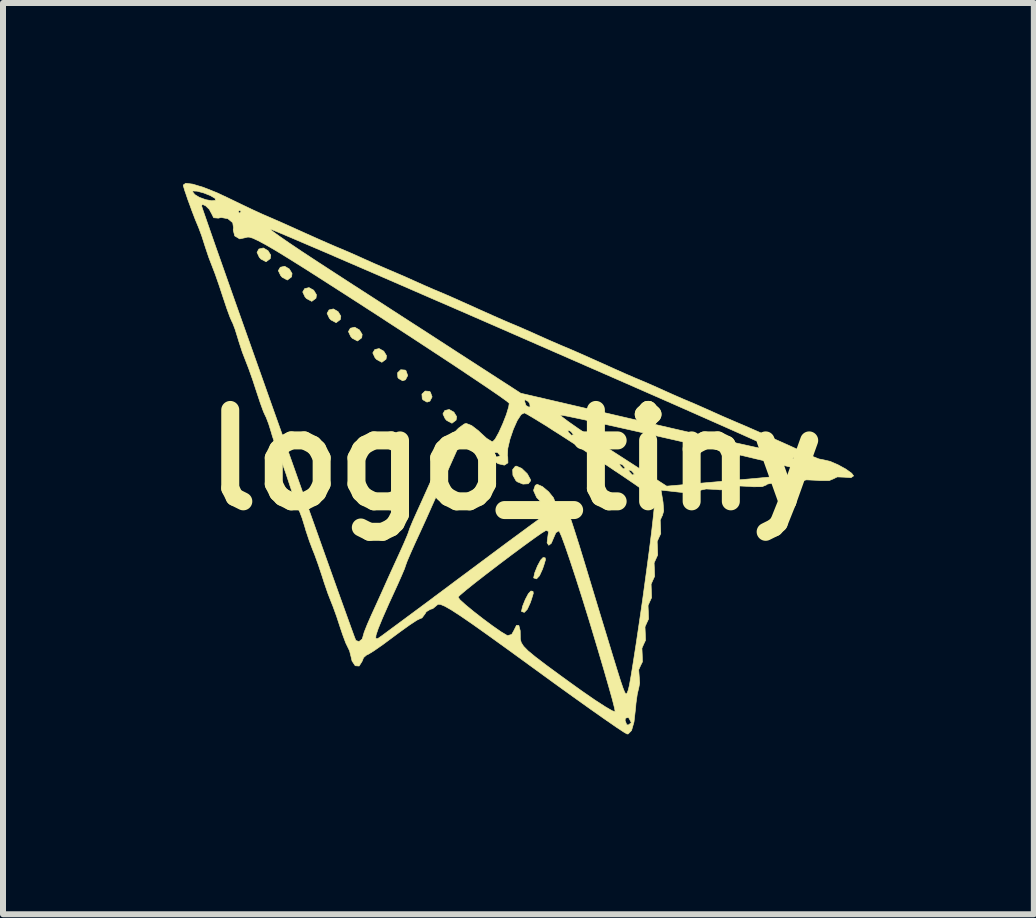
<source format=kicad_pcb>
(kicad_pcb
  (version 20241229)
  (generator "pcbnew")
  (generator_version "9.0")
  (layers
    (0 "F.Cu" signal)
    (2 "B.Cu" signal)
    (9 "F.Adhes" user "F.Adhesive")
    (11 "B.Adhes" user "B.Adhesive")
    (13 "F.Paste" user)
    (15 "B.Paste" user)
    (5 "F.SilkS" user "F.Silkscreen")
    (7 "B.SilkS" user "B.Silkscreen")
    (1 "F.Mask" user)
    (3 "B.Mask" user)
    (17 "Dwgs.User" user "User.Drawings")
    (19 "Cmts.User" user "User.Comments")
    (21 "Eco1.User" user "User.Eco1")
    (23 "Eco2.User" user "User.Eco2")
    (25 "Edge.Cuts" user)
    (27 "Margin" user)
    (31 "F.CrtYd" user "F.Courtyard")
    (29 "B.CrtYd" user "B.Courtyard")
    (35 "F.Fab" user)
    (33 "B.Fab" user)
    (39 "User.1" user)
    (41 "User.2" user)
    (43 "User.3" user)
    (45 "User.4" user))
  (footprint "logo_tiny"
    (layer "F.Cu")
    (at 5.542 4.619)
    (property "Reference" "logo_tiny" (at 0 0 0) (layer "F.SilkS") (effects (font (size 1.524 1.524) (thickness 0.3))))
    (attr through_hole)
    (fp_poly (pts (xy -4.124 -3.49) (xy -4.078 -3.415) (xy -4.086 -3.358) (xy -4.156 -3.305) (xy -4.243 -3.351) (xy -4.269 -3.38) (xy -4.307 -3.462) (xy -4.275 -3.518) (xy -4.202 -3.535) (xy -4.124 -3.49)) (stroke (width 0.01) (type solid)) (fill yes) (layer "F.SilkS"))
    (fp_poly (pts (xy -3.769 -3.185) (xy -3.723 -3.11) (xy -3.731 -3.053) (xy -3.801 -3) (xy -3.887 -3.046) (xy -3.913 -3.076) (xy -3.952 -3.157) (xy -3.919 -3.213) (xy -3.846 -3.23) (xy -3.769 -3.185)) (stroke (width 0.01) (type solid)) (fill yes) (layer "F.SilkS"))
    (fp_poly (pts (xy -3.362 -2.83) (xy -3.316 -2.755) (xy -3.324 -2.697) (xy -3.394 -2.645) (xy -3.481 -2.691) (xy -3.507 -2.72) (xy -3.545 -2.801) (xy -3.513 -2.857) (xy -3.44 -2.874) (xy -3.362 -2.83)) (stroke (width 0.01) (type solid)) (fill yes) (layer "F.SilkS"))
    (fp_poly (pts (xy -2.956 -2.474) (xy -2.91 -2.399) (xy -2.918 -2.342) (xy -2.988 -2.289) (xy -3.074 -2.335) (xy -3.101 -2.364) (xy -3.139 -2.446) (xy -3.106 -2.502) (xy -3.034 -2.519) (xy -2.956 -2.474)) (stroke (width 0.01) (type solid)) (fill yes) (layer "F.SilkS"))
    (fp_poly (pts (xy -2.6 -2.169) (xy -2.554 -2.094) (xy -2.562 -2.037) (xy -2.632 -1.984) (xy -2.719 -2.03) (xy -2.745 -2.06) (xy -2.783 -2.141) (xy -2.751 -2.197) (xy -2.678 -2.214) (xy -2.6 -2.169)) (stroke (width 0.01) (type solid)) (fill yes) (layer "F.SilkS"))
    (fp_poly (pts (xy -2.194 -1.814) (xy -2.148 -1.739) (xy -2.156 -1.681) (xy -2.226 -1.629) (xy -2.312 -1.675) (xy -2.339 -1.704) (xy -2.377 -1.785) (xy -2.344 -1.841) (xy -2.272 -1.858) (xy -2.194 -1.814)) (stroke (width 0.01) (type solid)) (fill yes) (layer "F.SilkS"))
    (fp_poly (pts (xy -1.837 -1.499) (xy -1.823 -1.488) (xy -1.795 -1.408) (xy -1.832 -1.337) (xy -1.88 -1.321) (xy -1.945 -1.358) (xy -1.959 -1.376) (xy -1.964 -1.454) (xy -1.911 -1.505) (xy -1.837 -1.499)) (stroke (width 0.01) (type solid)) (fill yes) (layer "F.SilkS"))
    (fp_poly (pts (xy -1.431 -1.144) (xy -1.417 -1.132) (xy -1.388 -1.052) (xy -1.425 -0.981) (xy -1.473 -0.965) (xy -1.538 -1.002) (xy -1.552 -1.02) (xy -1.558 -1.098) (xy -1.504 -1.15) (xy -1.431 -1.144)) (stroke (width 0.01) (type solid)) (fill yes) (layer "F.SilkS"))
    (fp_poly (pts (xy -1.025 -0.798) (xy -0.979 -0.723) (xy -0.988 -0.665) (xy -1.057 -0.613) (xy -1.144 -0.659) (xy -1.17 -0.688) (xy -1.208 -0.769) (xy -1.176 -0.825) (xy -1.103 -0.842) (xy -1.025 -0.798)) (stroke (width 0.01) (type solid)) (fill yes) (layer "F.SilkS"))
    (fp_poly (pts (xy 0.107 0.141) (xy 0.199 0.23) (xy 0.252 0.327) (xy 0.254 0.347) (xy 0.215 0.396) (xy 0.127 0.402) (xy 0.033 0.364) (xy 0.01 0.345) (xy -0.041 0.254) (xy -0.045 0.16) (xy -0.001 0.105) (xy 0.018 0.102) (xy 0.107 0.141)) (stroke (width 0.01) (type solid)) (fill yes) (layer "F.SilkS"))
    (fp_poly (pts (xy 0.294 2.19) (xy 0.299 2.223) (xy 0.272 2.313) (xy 0.249 2.38) (xy 0.199 2.489) (xy 0.151 2.539) (xy 0.147 2.54) (xy 0.102 2.525) (xy 0.102 2.522) (xy 0.121 2.437) (xy 0.166 2.325) (xy 0.218 2.227) (xy 0.259 2.184) (xy 0.259 2.184) (xy 0.294 2.19)) (stroke (width 0.01) (type solid)) (fill yes) (layer "F.SilkS"))
    (fp_poly (pts (xy 0.497 1.631) (xy 0.502 1.664) (xy 0.475 1.754) (xy 0.452 1.821) (xy 0.402 1.93) (xy 0.354 1.981) (xy 0.351 1.981) (xy 0.305 1.966) (xy 0.305 1.963) (xy 0.324 1.878) (xy 0.369 1.766) (xy 0.422 1.668) (xy 0.462 1.626) (xy 0.462 1.626) (xy 0.497 1.631)) (stroke (width 0.01) (type solid)) (fill yes) (layer "F.SilkS"))
    (fp_poly (pts (xy -5.378 -4.599) (xy -5.2 -4.545) (xy -4.976 -4.456) (xy -4.786 -4.367) (xy -4.575 -4.265) (xy -4.382 -4.173) (xy -4.236 -4.106) (xy -4.191 -4.086) (xy -4.052 -4.026) (xy -3.876 -3.949) (xy -3.798 -3.914) (xy -3.494 -3.777) (xy -3.266 -3.675) (xy -3.097 -3.601) (xy -2.972 -3.547) (xy -2.921 -3.526) (xy -2.784 -3.468) (xy -2.608 -3.39) (xy -2.515 -3.348) (xy -2.338 -3.269) (xy -2.173 -3.198) (xy -2.108 -3.17) (xy -1.972 -3.112) (xy -1.795 -3.035) (xy -1.702 -2.993) (xy -1.525 -2.914) (xy -1.361 -2.842) (xy -1.295 -2.815) (xy -1.156 -2.756) (xy -0.98 -2.679) (xy -0.903 -2.644) (xy -0.598 -2.507) (xy -0.37 -2.405) (xy -0.202 -2.331) (xy -0.076 -2.277) (xy -0.025 -2.256) (xy 0.111 -2.198) (xy 0.288 -2.12) (xy 0.381 -2.078) (xy 0.558 -1.999) (xy 0.722 -1.928) (xy 0.787 -1.9) (xy 0.907 -1.85) (xy 1.066 -1.781) (xy 1.279 -1.686) (xy 1.565 -1.558) (xy 1.651 -1.519) (xy 1.828 -1.44) (xy 1.992 -1.369) (xy 2.057 -1.342) (xy 2.194 -1.284) (xy 2.371 -1.206) (xy 2.464 -1.164) (xy 2.64 -1.085) (xy 2.805 -1.013) (xy 2.87 -0.986) (xy 3.007 -0.928) (xy 3.183 -0.85) (xy 3.277 -0.808) (xy 3.453 -0.729) (xy 3.618 -0.658) (xy 3.683 -0.63) (xy 3.822 -0.571) (xy 3.998 -0.494) (xy 4.076 -0.46) (xy 4.278 -0.369) (xy 4.495 -0.272) (xy 4.558 -0.244) (xy 4.728 -0.166) (xy 4.882 -0.094) (xy 4.935 -0.068) (xy 5.06 -0.018) (xy 5.15 0) (xy 5.248 0.023) (xy 5.378 0.079) (xy 5.509 0.151) (xy 5.607 0.221) (xy 5.639 0.265) (xy 5.595 0.295) (xy 5.488 0.287) (xy 5.367 0.282) (xy 5.304 0.313) (xy 5.23 0.344) (xy 5.077 0.344) (xy 5.024 0.339) (xy 4.855 0.331) (xy 4.757 0.352) (xy 4.744 0.364) (xy 4.672 0.394) (xy 4.523 0.395) (xy 4.465 0.39) (xy 4.296 0.382) (xy 4.198 0.403) (xy 4.186 0.415) (xy 4.113 0.445) (xy 3.964 0.446) (xy 3.906 0.441) (xy 3.738 0.433) (xy 3.639 0.454) (xy 3.627 0.466) (xy 3.554 0.496) (xy 3.405 0.497) (xy 3.347 0.491) (xy 3.18 0.483) (xy 3.082 0.504) (xy 3.068 0.516) (xy 2.994 0.545) (xy 2.832 0.545) (xy 2.732 0.536) (xy 2.428 0.502) (xy 2.462 0.703) (xy 2.473 0.85) (xy 2.449 0.932) (xy 2.444 0.937) (xy 2.415 1.004) (xy 2.42 1.113) (xy 2.424 1.228) (xy 2.394 1.291) (xy 2.364 1.36) (xy 2.369 1.469) (xy 2.373 1.583) (xy 2.344 1.647) (xy 2.313 1.716) (xy 2.318 1.825) (xy 2.322 1.939) (xy 2.293 2.002) (xy 2.263 2.071) (xy 2.267 2.18) (xy 2.271 2.295) (xy 2.242 2.358) (xy 2.212 2.427) (xy 2.217 2.536) (xy 2.221 2.65) (xy 2.191 2.714) (xy 2.161 2.782) (xy 2.166 2.891) (xy 2.17 3.006) (xy 2.14 3.069) (xy 2.11 3.138) (xy 2.115 3.247) (xy 2.119 3.364) (xy 2.088 3.426) (xy 2.056 3.497) (xy 2.063 3.584) (xy 2.073 3.717) (xy 2.058 3.797) (xy 2.033 3.9) (xy 2.011 4.056) (xy 2.005 4.13) (xy 1.978 4.367) (xy 1.937 4.51) (xy 1.881 4.567) (xy 1.863 4.568) (xy 1.81 4.538) (xy 1.684 4.455) (xy 1.519 4.34) (xy 1.829 4.34) (xy 1.855 4.41) (xy 1.88 4.42) (xy 1.929 4.383) (xy 1.93 4.372) (xy 1.893 4.303) (xy 1.88 4.293) (xy 1.836 4.304) (xy 1.829 4.34) (xy 1.519 4.34) (xy 1.496 4.325) (xy 1.253 4.154) (xy 0.967 3.95) (xy 0.646 3.719) (xy 0.301 3.468) (xy 0.279 3.452) (xy -0.124 3.159) (xy -0.453 2.922) (xy -0.715 2.736) (xy -0.919 2.596) (xy -1.07 2.498) (xy -1.178 2.437) (xy -1.248 2.408) (xy -1.288 2.405) (xy -1.301 2.415) (xy -1.378 2.479) (xy -1.417 2.489) (xy -1.485 2.53) (xy -1.506 2.565) (xy -1.557 2.633) (xy -1.583 2.642) (xy -1.642 2.671) (xy -1.761 2.749) (xy -1.92 2.863) (xy -2.032 2.946) (xy -2.207 3.076) (xy -2.353 3.178) (xy -2.452 3.239) (xy -2.48 3.251) (xy -2.53 3.294) (xy -2.556 3.358) (xy -2.605 3.435) (xy -2.67 3.43) (xy -2.723 3.351) (xy -2.735 3.298) (xy -2.764 3.182) (xy -2.792 3.124) (xy -2.828 3.05) (xy -2.879 2.913) (xy -2.919 2.794) (xy -2.98 2.608) (xy -3.042 2.437) (xy -3.072 2.362) (xy -3.125 2.226) (xy -3.188 2.043) (xy -3.224 1.93) (xy -3.286 1.744) (xy -3.348 1.573) (xy -3.378 1.499) (xy -3.434 1.351) (xy -3.494 1.171) (xy -3.509 1.118) (xy -3.555 0.97) (xy -3.596 0.862) (xy -3.609 0.838) (xy -3.641 0.767) (xy -3.692 0.628) (xy -3.751 0.449) (xy -3.757 0.432) (xy -3.823 0.231) (xy -3.888 0.048) (xy -3.937 -0.076) (xy -3.993 -0.223) (xy -4.053 -0.404) (xy -4.068 -0.457) (xy -4.114 -0.605) (xy -4.155 -0.712) (xy -4.168 -0.737) (xy -4.2 -0.807) (xy -4.251 -0.947) (xy -4.31 -1.125) (xy -4.316 -1.143) (xy -4.382 -1.344) (xy -4.447 -1.527) (xy -4.495 -1.651) (xy -4.552 -1.798) (xy -4.611 -1.979) (xy -4.627 -2.032) (xy -4.673 -2.18) (xy -4.714 -2.287) (xy -4.727 -2.311) (xy -4.758 -2.382) (xy -4.809 -2.521) (xy -4.869 -2.7) (xy -4.875 -2.718) (xy -4.941 -2.918) (xy -5.005 -3.101) (xy -5.053 -3.226) (xy -5.112 -3.379) (xy -5.171 -3.556) (xy -5.179 -3.581) (xy -5.229 -3.737) (xy -5.277 -3.866) (xy -5.285 -3.886) (xy -5.336 -4.008) (xy -5.397 -4.167) (xy -5.423 -4.24) (xy -5.232 -4.24) (xy -5.216 -4.189) (xy -5.168 -4.051) (xy -5.093 -3.835) (xy -4.994 -3.551) (xy -4.873 -3.208) (xy -4.734 -2.813) (xy -4.58 -2.378) (xy -4.414 -1.91) (xy -4.24 -1.419) (xy -4.061 -0.913) (xy -3.879 -0.402) (xy -3.699 0.105) (xy -3.524 0.6) (xy -3.355 1.072) (xy -3.198 1.514) (xy -3.055 1.915) (xy -2.929 2.268) (xy -2.823 2.562) (xy -2.741 2.79) (xy -2.686 2.941) (xy -2.66 3.007) (xy -2.659 3.009) (xy -2.607 3.027) (xy -2.553 2.985) (xy -2.549 2.972) (xy -2.328 2.972) (xy -2.306 2.981) (xy -2.28 2.968) (xy -2.223 2.928) (xy -2.096 2.834) (xy -1.909 2.696) (xy -1.673 2.521) (xy -1.399 2.318) (xy -1.357 2.286) (xy -0.955 2.286) (xy -0.924 2.33) (xy -0.829 2.416) (xy -0.693 2.528) (xy -0.535 2.651) (xy -0.377 2.768) (xy -0.239 2.864) (xy -0.142 2.922) (xy -0.128 2.928) (xy -0.061 2.908) (xy -0.027 2.848) (xy 0.019 2.756) (xy 0.058 2.758) (xy 0.081 2.847) (xy 0.082 2.922) (xy 0.083 2.986) (xy 0.098 3.044) (xy 0.137 3.105) (xy 0.211 3.181) (xy 0.332 3.281) (xy 0.509 3.416) (xy 0.754 3.596) (xy 0.864 3.676) (xy 1.108 3.851) (xy 1.322 3.999) (xy 1.495 4.111) (xy 1.613 4.18) (xy 1.663 4.197) (xy 1.664 4.196) (xy 1.653 4.135) (xy 1.616 3.989) (xy 1.555 3.772) (xy 1.475 3.494) (xy 1.379 3.169) (xy 1.271 2.809) (xy 1.229 2.67) (xy 1.115 2.302) (xy 1.008 1.966) (xy 0.912 1.675) (xy 0.832 1.441) (xy 0.771 1.275) (xy 0.733 1.19) (xy 0.726 1.182) (xy 0.676 1.211) (xy 0.64 1.293) (xy 0.599 1.389) (xy 0.557 1.422) (xy 0.529 1.38) (xy 0.54 1.287) (xy 0.553 1.193) (xy 0.52 1.174) (xy 0.502 1.179) (xy 0.436 1.219) (xy 0.309 1.308) (xy 0.137 1.433) (xy -0.063 1.581) (xy -0.276 1.742) (xy -0.484 1.901) (xy -0.673 2.048) (xy -0.825 2.17) (xy -0.924 2.254) (xy -0.955 2.286) (xy -1.357 2.286) (xy -1.098 2.093) (xy -1.017 2.032) (xy -0.701 1.797) (xy -0.402 1.574) (xy -0.132 1.373) (xy 0.098 1.204) (xy 0.273 1.075) (xy 0.382 0.996) (xy 0.393 0.989) (xy 0.522 0.889) (xy 0.711 0.889) (xy 0.737 0.914) (xy 0.762 0.889) (xy 0.737 0.864) (xy 0.711 0.889) (xy 0.522 0.889) (xy 0.545 0.871) (xy 0.605 0.796) (xy 0.573 0.763) (xy 0.55 0.762) (xy 0.45 0.721) (xy 0.355 0.625) (xy 0.306 0.516) (xy 0.305 0.5) (xy 0.332 0.422) (xy 0.365 0.406) (xy 0.451 0.443) (xy 0.554 0.529) (xy 0.635 0.629) (xy 0.66 0.695) (xy 0.703 0.75) (xy 0.758 0.762) (xy 0.786 0.761) (xy 0.809 0.766) (xy 0.833 0.785) (xy 0.859 0.827) (xy 0.892 0.902) (xy 0.935 1.02) (xy 0.99 1.189) (xy 1.063 1.419) (xy 1.155 1.719) (xy 1.27 2.099) (xy 1.396 2.515) (xy 1.522 2.928) (xy 1.621 3.254) (xy 1.697 3.501) (xy 1.753 3.68) (xy 1.794 3.8) (xy 1.822 3.87) (xy 1.841 3.899) (xy 1.855 3.898) (xy 1.867 3.875) (xy 1.88 3.841) (xy 1.882 3.835) (xy 1.9 3.761) (xy 1.929 3.599) (xy 1.967 3.363) (xy 2.013 3.067) (xy 2.064 2.724) (xy 2.119 2.347) (xy 2.136 2.223) (xy 2.188 1.841) (xy 2.235 1.49) (xy 2.273 1.183) (xy 2.301 0.934) (xy 2.319 0.755) (xy 2.324 0.659) (xy 2.323 0.648) (xy 2.277 0.607) (xy 2.159 0.521) (xy 1.983 0.398) (xy 1.764 0.249) (xy 1.641 0.167) (xy 1.888 0.167) (xy 1.9 0.195) (xy 1.951 0.25) (xy 1.981 0.239) (xy 1.981 0.232) (xy 1.945 0.189) (xy 1.923 0.173) (xy 1.888 0.167) (xy 1.641 0.167) (xy 1.516 0.083) (xy 1.489 0.065) (xy 1.735 0.065) (xy 1.748 0.094) (xy 1.799 0.148) (xy 1.828 0.137) (xy 1.829 0.13) (xy 1.793 0.087) (xy 1.77 0.071) (xy 1.735 0.065) (xy 1.489 0.065) (xy 1.253 -0.091) (xy 0.988 -0.265) (xy 0.792 -0.392) (xy 1.024 -0.392) (xy 1.037 -0.363) (xy 1.088 -0.309) (xy 1.117 -0.32) (xy 1.118 -0.327) (xy 1.082 -0.37) (xy 1.059 -0.386) (xy 1.024 -0.392) (xy 0.792 -0.392) (xy 0.736 -0.428) (xy 0.633 -0.493) (xy 0.872 -0.493) (xy 0.884 -0.465) (xy 0.935 -0.411) (xy 0.965 -0.422) (xy 0.965 -0.429) (xy 0.929 -0.472) (xy 0.907 -0.487) (xy 0.872 -0.493) (xy 0.633 -0.493) (xy 0.512 -0.571) (xy 0.328 -0.684) (xy 0.218 -0.75) (xy 0.75 -0.75) (xy 0.778 -0.719) (xy 0.879 -0.643) (xy 1.043 -0.528) (xy 1.258 -0.383) (xy 1.511 -0.216) (xy 1.614 -0.15) (xy 2.523 0.436) (xy 3.662 0.337) (xy 3.991 0.308) (xy 4.284 0.28) (xy 4.528 0.256) (xy 4.707 0.237) (xy 4.806 0.224) (xy 4.822 0.221) (xy 4.821 0.182) (xy 4.767 0.164) (xy 4.626 0.128) (xy 4.412 0.075) (xy 4.137 0.01) (xy 3.989 -0.025) (xy 4.623 -0.025) (xy 4.648 0) (xy 4.674 -0.025) (xy 4.648 -0.051) (xy 4.623 -0.025) (xy 3.989 -0.025) (xy 3.814 -0.067) (xy 3.456 -0.15) (xy 3.076 -0.238) (xy 2.686 -0.327) (xy 2.299 -0.415) (xy 1.928 -0.499) (xy 1.587 -0.575) (xy 1.287 -0.641) (xy 1.041 -0.694) (xy 0.863 -0.731) (xy 0.765 -0.749) (xy 0.75 -0.75) (xy 0.218 -0.75) (xy 0.2 -0.76) (xy 0.149 -0.786) (xy 0.096 -0.758) (xy 0.031 -0.658) (xy -0.034 -0.512) (xy -0.09 -0.348) (xy -0.126 -0.194) (xy -0.132 -0.075) (xy -0.127 -0.052) (xy -0.124 0.048) (xy -0.183 0.086) (xy -0.287 0.062) (xy -0.416 -0.027) (xy -0.422 -0.032) (xy -0.503 -0.105) (xy -0.356 -0.105) (xy -0.319 -0.053) (xy -0.305 -0.051) (xy -0.255 -0.068) (xy -0.254 -0.073) (xy -0.29 -0.117) (xy -0.305 -0.127) (xy -0.352 -0.123) (xy -0.356 -0.105) (xy -0.503 -0.105) (xy -0.564 -0.16) (xy -0.702 -0.283) (xy -0.722 -0.3) (xy -0.859 -0.42) (xy -0.993 -0.121) (xy -1.083 0.08) (xy -1.173 0.281) (xy -1.224 0.394) (xy -1.31 0.587) (xy -1.401 0.789) (xy -1.417 0.826) (xy -1.488 0.985) (xy -1.582 1.191) (xy -1.671 1.384) (xy -1.747 1.554) (xy -1.803 1.685) (xy -1.828 1.753) (xy -1.829 1.756) (xy -1.848 1.813) (xy -1.9 1.935) (xy -1.961 2.073) (xy -2.11 2.398) (xy -2.217 2.641) (xy -2.287 2.812) (xy -2.323 2.919) (xy -2.328 2.972) (xy -2.549 2.972) (xy -2.54 2.94) (xy -2.52 2.87) (xy -2.468 2.739) (xy -2.407 2.6) (xy -2.318 2.405) (xy -2.23 2.211) (xy -2.184 2.108) (xy -2.116 1.956) (xy -2.025 1.756) (xy -1.936 1.562) (xy -1.86 1.393) (xy -1.804 1.262) (xy -1.778 1.194) (xy -1.778 1.191) (xy -1.758 1.133) (xy -1.707 1.011) (xy -1.645 0.873) (xy -1.556 0.677) (xy -1.469 0.483) (xy -1.423 0.381) (xy -1.343 0.199) (xy -1.262 0.017) (xy -1.251 -0.008) (xy -1.199 -0.135) (xy -1.17 -0.22) (xy -1.168 -0.231) (xy -1.134 -0.315) (xy -1.05 -0.426) (xy -0.947 -0.531) (xy -0.853 -0.6) (xy -0.82 -0.61) (xy -0.73 -0.575) (xy -0.616 -0.488) (xy -0.584 -0.457) (xy -0.479 -0.361) (xy -0.395 -0.309) (xy -0.378 -0.305) (xy -0.337 -0.348) (xy -0.276 -0.458) (xy -0.21 -0.604) (xy -0.15 -0.757) (xy -0.111 -0.886) (xy -0.102 -0.945) (xy -0.143 -0.981) (xy -0.148 -0.984) (xy 0.152 -0.984) (xy 0.177 -0.909) (xy 0.228 -0.88) (xy 0.246 -0.89) (xy 0.239 -0.942) (xy 0.213 -0.976) (xy 0.161 -1.005) (xy 0.152 -0.984) (xy -0.148 -0.984) (xy -0.262 -1.066) (xy -0.45 -1.195) (xy -0.7 -1.363) (xy -1.002 -1.565) (xy -1.35 -1.794) (xy -1.734 -2.046) (xy -2.148 -2.315) (xy -2.247 -2.38) (xy -2.738 -2.697) (xy -3.151 -2.962) (xy -3.492 -3.18) (xy -3.77 -3.354) (xy -3.99 -3.489) (xy -4.16 -3.588) (xy -4.287 -3.656) (xy -4.377 -3.698) (xy -4.438 -3.716) (xy -4.476 -3.715) (xy -4.486 -3.71) (xy -4.596 -3.686) (xy -4.679 -3.736) (xy -4.704 -3.835) (xy -4.701 -3.851) (xy -4.091 -3.851) (xy -4.056 -3.819) (xy -3.947 -3.74) (xy -3.775 -3.621) (xy -3.552 -3.471) (xy -3.288 -3.298) (xy -3.085 -3.166) (xy -2.72 -2.929) (xy -2.301 -2.659) (xy -1.861 -2.374) (xy -1.431 -2.097) (xy -1.044 -1.846) (xy -0.984 -1.807) (xy 0.09 -1.113) (xy 2.14 -0.637) (xy 2.583 -0.534) (xy 2.997 -0.439) (xy 3.371 -0.354) (xy 3.694 -0.281) (xy 3.955 -0.223) (xy 4.144 -0.182) (xy 4.25 -0.161) (xy 4.267 -0.158) (xy 4.284 -0.176) (xy 4.222 -0.222) (xy 4.216 -0.225) (xy 4.136 -0.264) (xy 3.974 -0.338) (xy 3.738 -0.444) (xy 3.436 -0.578) (xy 3.077 -0.737) (xy 2.668 -0.918) (xy 2.217 -1.116) (xy 1.732 -1.329) (xy 1.222 -1.552) (xy 0.694 -1.783) (xy 0.157 -2.018) (xy -0.381 -2.253) (xy -0.913 -2.485) (xy -1.43 -2.709) (xy -1.924 -2.924) (xy -2.387 -3.125) (xy -2.811 -3.308) (xy -3.188 -3.471) (xy -3.511 -3.609) (xy -3.77 -3.72) (xy -3.958 -3.799) (xy -4.066 -3.843) (xy -4.091 -3.851) (xy -4.701 -3.851) (xy -4.698 -3.865) (xy -4.712 -3.956) (xy -4.793 -4.023) (xy -4.905 -4.043) (xy -4.952 -4.032) (xy -5.03 -4.039) (xy -5.063 -4.105) (xy -5.082 -4.14) (xy -4.623 -4.14) (xy -4.597 -4.115) (xy -4.572 -4.14) (xy -4.597 -4.166) (xy -4.623 -4.14) (xy -5.082 -4.14) (xy -5.102 -4.178) (xy -5.164 -4.238) (xy -5.217 -4.262) (xy -5.232 -4.24) (xy -5.423 -4.24) (xy -5.458 -4.334) (xy -5.506 -4.476) (xy -5.385 -4.476) (xy -5.344 -4.425) (xy -5.271 -4.38) (xy -5.161 -4.34) (xy -5.061 -4.322) (xy -4.999 -4.329) (xy -5.006 -4.361) (xy -5.006 -4.362) (xy -5.086 -4.409) (xy -5.198 -4.453) (xy -5.307 -4.482) (xy -5.377 -4.485) (xy -5.385 -4.476) (xy -5.506 -4.476) (xy -5.508 -4.479) (xy -5.535 -4.57) (xy -5.537 -4.584) (xy -5.495 -4.614) (xy -5.378 -4.599)) (stroke (width 0.01) (type solid)) (fill yes) (layer "F.SilkS")))
  (gr_rect
    (start -3 -3)
    (end 14.186 12.192)
    (stroke (width 0.1) (type default))
    (fill no)
    (layer "Edge.Cuts")))
</source>
